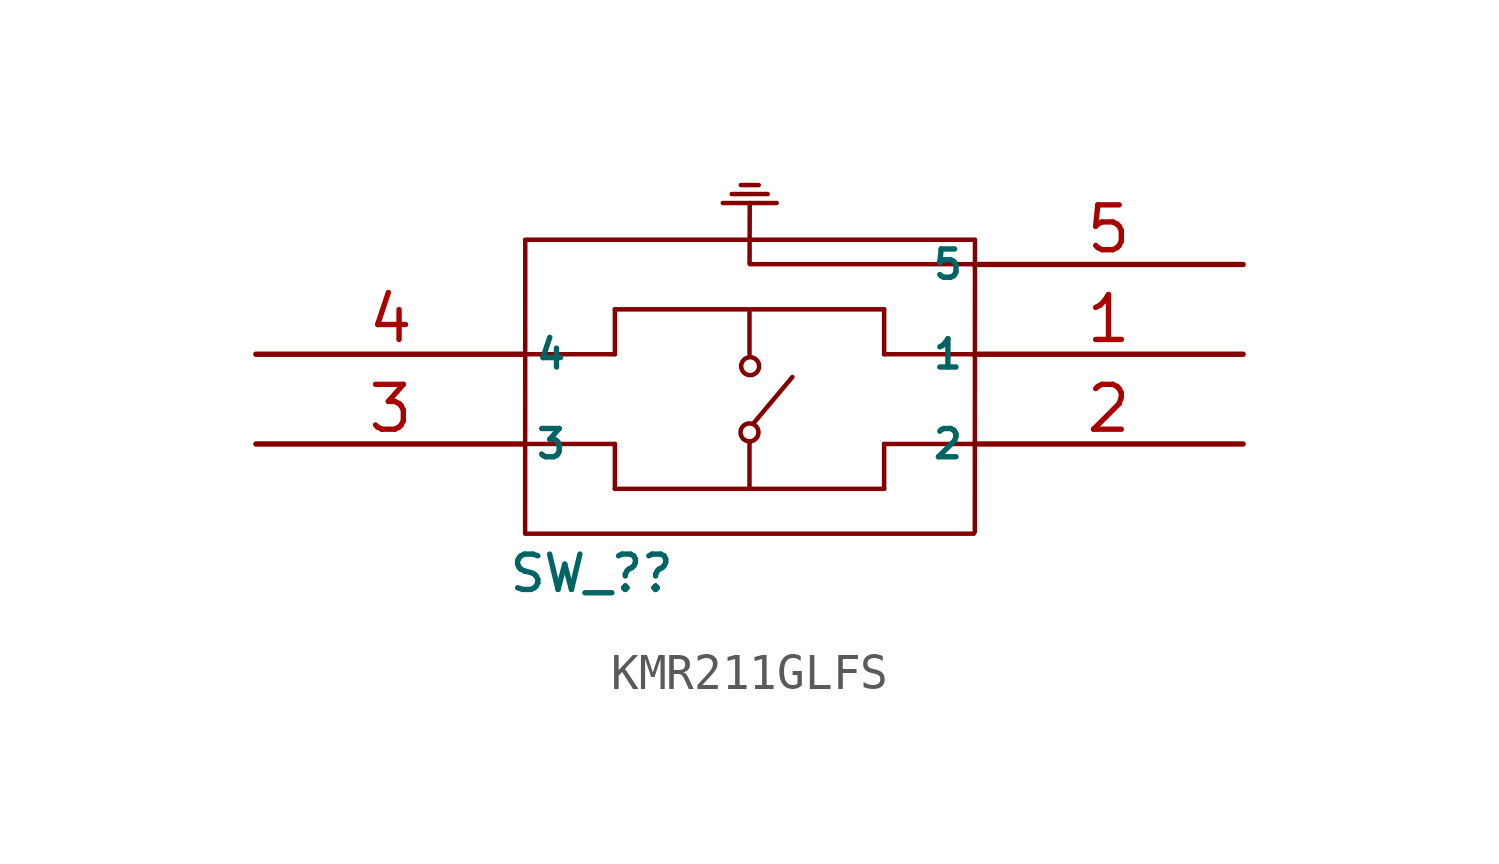
<source format=kicad_sym>
(kicad_symbol_lib
  (version 20220914)
  (generator kicad_symbol_editor)
  (symbol "KMR211GLFS"
    (pin_names
      (offset 0.254))
    (property "Reference" "SW_?"
      (at 9.503 -6.202 0)
      (effects (font (size 1 1))))
    (symbol "KMR211GLFS_0_1"
      (polyline (pts (xy 7.62 -5.08) (xy 20.32 -5.08)) (stroke (width 0.127) (type default)) (fill (type none)))
      (polyline (pts (xy 7.62 -5.051) (xy 7.624 3.216)) (stroke (width 0.127) (type default)) (fill (type none)))
      (polyline (pts (xy 7.62 0) (xy 10.16 0)) (stroke (width 0.127) (type default)) (fill (type none)))
      (polyline (pts (xy 10.16 -3.81) (xy 10.16 -2.54)) (stroke (width 0.127) (type default)) (fill (type none)))
      (polyline (pts (xy 10.16 -2.54) (xy 7.62 -2.54)) (stroke (width 0.127) (type default)) (fill (type none)))
      (polyline (pts (xy 10.16 0) (xy 10.16 1.27)) (stroke (width 0.127) (type default)) (fill (type none)))
      (polyline (pts (xy 10.16 1.27) (xy 17.78 1.27)) (stroke (width 0.127) (type default)) (fill (type none)))
      (polyline (pts (xy 13.215 4.279) (xy 14.739 4.279)) (stroke (width 0.127) (type default)) (fill (type none)))
      (polyline (pts (xy 13.723 4.787) (xy 14.231 4.787)) (stroke (width 0.127) (type default)) (fill (type none)))
      (polyline (pts (xy 13.97 -2.491) (xy 13.97 -3.81)) (stroke (width 0.127) (type default)) (fill (type none)))
      (polyline (pts (xy 13.97 1.181) (xy 13.97 0)) (stroke (width 0.127) (type default)) (fill (type none)))
      (polyline (pts (xy 13.972 2.58) (xy 13.977 4.279)) (stroke (width 0.127) (type default)) (fill (type none)))
      (polyline (pts (xy 14.485 4.533) (xy 13.469 4.533)) (stroke (width 0.127) (type default)) (fill (type none)))
      (polyline (pts (xy 15.184 -0.645) (xy 14.075 -1.964)) (stroke (width 0.127) (type default)) (fill (type none)))
      (polyline (pts (xy 17.78 -3.81) (xy 10.16 -3.81)) (stroke (width 0.127) (type default)) (fill (type none)))
      (polyline (pts (xy 17.78 -2.54) (xy 17.78 -3.81)) (stroke (width 0.127) (type default)) (fill (type none)))
      (polyline (pts (xy 17.78 0) (xy 20.32 0)) (stroke (width 0.127) (type default)) (fill (type none)))
      (polyline (pts (xy 17.78 1.27) (xy 17.78 0)) (stroke (width 0.127) (type default)) (fill (type none)))
      (polyline (pts (xy 20.32 -2.54) (xy 17.78 -2.54)) (stroke (width 0.127) (type default)) (fill (type none)))
      (polyline (pts (xy 20.32 3.24) (xy 7.62 3.24)) (stroke (width 0.127) (type default)) (fill (type none)))
      (polyline (pts (xy 20.327 2.548) (xy 13.977 2.548)) (stroke (width 0.127) (type default)) (fill (type none)))
      (polyline (pts (xy 20.347 -5.026) (xy 20.351 3.241)) (stroke (width 0.127) (type default)) (fill (type none)))
      (circle (center 13.97 -2.212) (radius 0.254) (stroke (width 0.127) (type default)) (fill (type none)))
      (circle (center 13.988 -0.339) (radius 0.254) (stroke (width 0.127) (type default)) (fill (type none))))
    (symbol "KMR211GLFS_1_1"
      (pin unspecified line (at 27.94 0 180) (length 7.62) (name "1" (effects (font (size 0.8 0.8)))) (number "1" (effects (font (size 1.27 1.27)))))
      (pin unspecified line (at 27.94 -2.54 180) (length 7.62) (name "2" (effects (font (size 0.8 0.8)))) (number "2" (effects (font (size 1.27 1.27)))))
      (pin unspecified line (at 0 -2.54 0) (length 7.62) (name "3" (effects (font (size 0.8 0.8)))) (number "3" (effects (font (size 1.27 1.27)))))
      (pin unspecified line (at 0 0 0) (length 7.62) (name "4" (effects (font (size 0.8 0.8)))) (number "4" (effects (font (size 1.27 1.27)))))
      (pin unspecified line (at 27.94 2.54 180) (length 7.62) (name "5" (effects (font (size 0.8 0.8)))) (number "5" (effects (font (size 1.27 1.27))))))))
</source>
